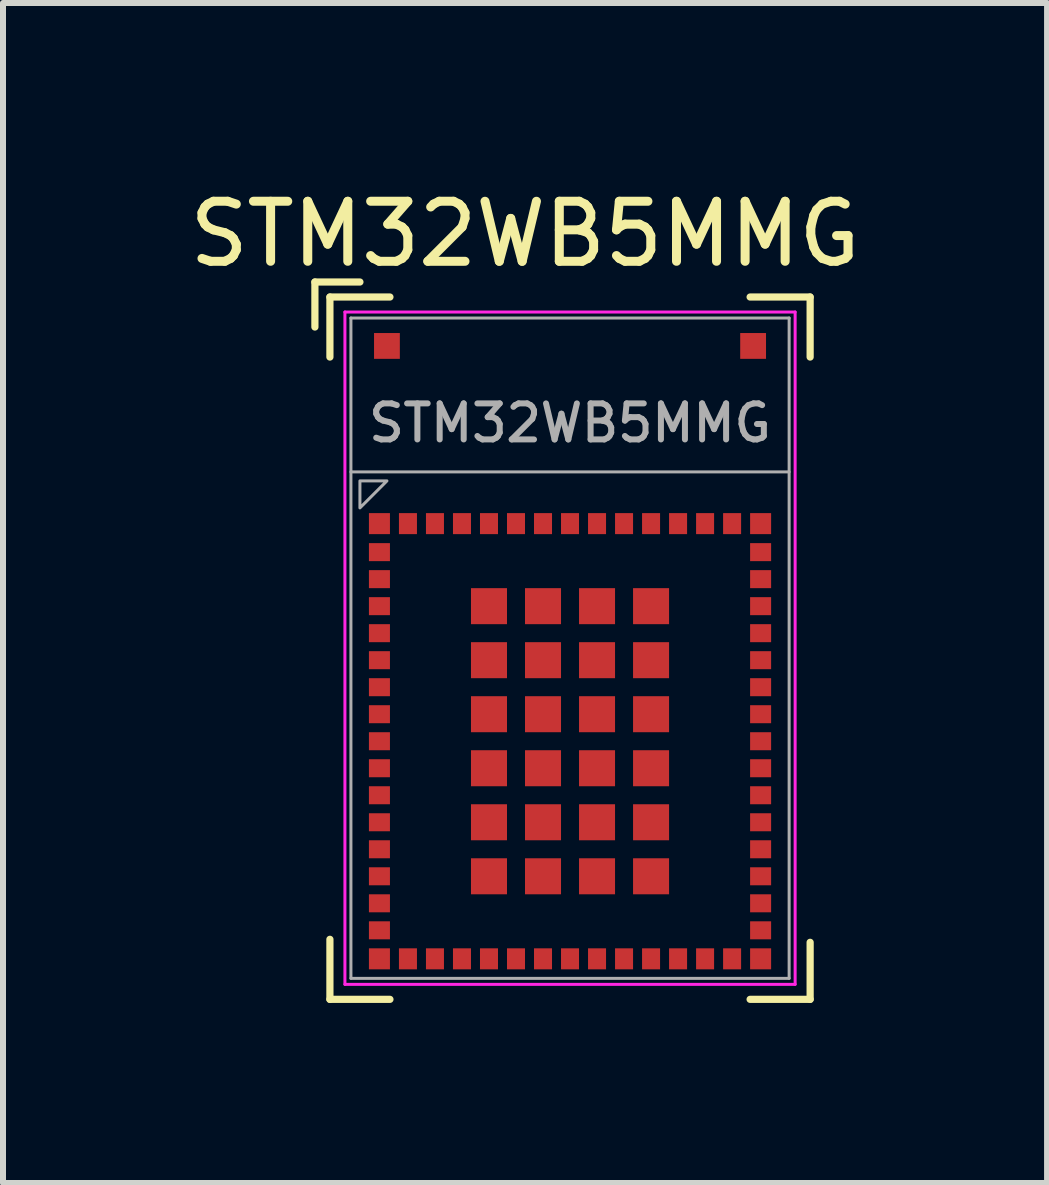
<source format=kicad_pcb>
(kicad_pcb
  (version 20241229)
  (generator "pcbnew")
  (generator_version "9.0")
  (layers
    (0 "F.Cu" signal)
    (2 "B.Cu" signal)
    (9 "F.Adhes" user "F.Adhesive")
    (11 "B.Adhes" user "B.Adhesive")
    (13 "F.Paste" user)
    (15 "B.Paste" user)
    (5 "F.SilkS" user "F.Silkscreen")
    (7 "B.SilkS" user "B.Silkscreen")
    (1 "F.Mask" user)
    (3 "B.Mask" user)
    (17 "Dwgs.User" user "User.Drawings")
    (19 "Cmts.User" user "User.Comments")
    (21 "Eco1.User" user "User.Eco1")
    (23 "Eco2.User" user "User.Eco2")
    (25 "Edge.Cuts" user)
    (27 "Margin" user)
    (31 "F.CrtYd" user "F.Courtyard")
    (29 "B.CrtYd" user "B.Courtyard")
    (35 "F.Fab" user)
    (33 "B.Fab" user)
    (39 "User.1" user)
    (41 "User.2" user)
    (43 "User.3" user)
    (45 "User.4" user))
  (footprint "STM32WB5MMG"
    (layer "F.Cu")
    (at 6.446 7.748)
    (property "Reference" "STM32WB5MMG" (at -0.75 -6.9 0) (layer "F.SilkS") (effects (font (size 1 1) (thickness 0.15))))
    (attr smd)
    (fp_line (start -4.25 -6.1) (end -4.25 -5.35) (stroke (width 0.12) (type solid)) (layer "F.SilkS"))
    (fp_line (start -4.25 -6.1) (end -3.5 -6.1) (stroke (width 0.12) (type solid)) (layer "F.SilkS"))
    (fp_line (start -4 -5.85) (end -4 -4.85) (stroke (width 0.12) (type solid)) (layer "F.SilkS"))
    (fp_line (start -4 -5.85) (end -3 -5.85) (stroke (width 0.12) (type solid)) (layer "F.SilkS"))
    (fp_line (start -4 5.85) (end -4 4.85) (stroke (width 0.12) (type solid)) (layer "F.SilkS"))
    (fp_line (start -4 5.85) (end -3 5.85) (stroke (width 0.12) (type solid)) (layer "F.SilkS"))
    (fp_line (start 4 -5.85) (end 3 -5.85) (stroke (width 0.12) (type solid)) (layer "F.SilkS"))
    (fp_line (start 4 -5.85) (end 4 -4.85) (stroke (width 0.12) (type solid)) (layer "F.SilkS"))
    (fp_line (start 4 5.85) (end 3 5.85) (stroke (width 0.12) (type solid)) (layer "F.SilkS"))
    (fp_line (start 4 5.85) (end 4 4.9) (stroke (width 0.12) (type solid)) (layer "F.SilkS"))
    (fp_line (start -3.75 -5.6) (end 3.75 -5.6) (stroke (width 0.05) (type solid)) (layer "F.CrtYd"))
    (fp_line (start -3.75 5.6) (end -3.75 -5.6) (stroke (width 0.05) (type solid)) (layer "F.CrtYd"))
    (fp_line (start 3.75 -5.6) (end 3.75 5.6) (stroke (width 0.05) (type solid)) (layer "F.CrtYd"))
    (fp_line (start 3.75 5.6) (end -3.75 5.6) (stroke (width 0.05) (type solid)) (layer "F.CrtYd"))
    (fp_line (start -3.65 -5.5) (end -3.65 5.5) (stroke (width 0.05) (type solid)) (layer "F.Fab"))
    (fp_line (start -3.65 -5.5) (end 3.65 -5.5) (stroke (width 0.05) (type solid)) (layer "F.Fab"))
    (fp_line (start -3.65 -2.937) (end 3.65 -2.937) (stroke (width 0.05) (type solid)) (layer "F.Fab"))
    (fp_line (start 3.65 -5.5) (end 3.65 5.5) (stroke (width 0.05) (type solid)) (layer "F.Fab"))
    (fp_line (start 3.65 5.5) (end -3.65 5.5) (stroke (width 0.05) (type solid)) (layer "F.Fab"))
    (fp_poly (pts (xy -3.5 -2.337) (xy -3.5 -2.787) (xy -3.05 -2.787)) (stroke (width 0.05) (type solid)) (fill no) (layer "F.Fab"))
    (fp_text user "${REFERENCE}" (at 0 -3.75 0) (layer "F.Fab") (effects (font (size 0.6 0.6) (thickness 0.1) (bold yes))))
    (pad "1" smd rect (at -3.175 -2.075) (size 0.35 0.35) (layers "F.Cu" "F.Mask" "F.Paste"))
    (pad "2" smd rect (at -3.175 -1.6) (size 0.35 0.3) (layers "F.Cu" "F.Mask" "F.Paste"))
    (pad "3" smd rect (at -3.175 -1.15) (size 0.35 0.3) (layers "F.Cu" "F.Mask" "F.Paste"))
    (pad "4" smd rect (at -3.175 -0.7) (size 0.35 0.3) (layers "F.Cu" "F.Mask" "F.Paste"))
    (pad "5" smd rect (at -3.175 -0.25) (size 0.35 0.3) (layers "F.Cu" "F.Mask" "F.Paste"))
    (pad "6" smd rect (at -3.175 0.2) (size 0.35 0.3) (layers "F.Cu" "F.Mask" "F.Paste"))
    (pad "7" smd rect (at -3.175 0.65) (size 0.35 0.3) (layers "F.Cu" "F.Mask" "F.Paste"))
    (pad "8" smd rect (at -3.175 1.1) (size 0.35 0.3) (layers "F.Cu" "F.Mask" "F.Paste"))
    (pad "9" smd rect (at -3.175 1.55) (size 0.35 0.3) (layers "F.Cu" "F.Mask" "F.Paste"))
    (pad "10" smd rect (at -3.175 2) (size 0.35 0.3) (layers "F.Cu" "F.Mask" "F.Paste"))
    (pad "11" smd rect (at -3.175 2.45) (size 0.35 0.3) (layers "F.Cu" "F.Mask" "F.Paste"))
    (pad "12" smd rect (at -3.175 2.9) (size 0.35 0.3) (layers "F.Cu" "F.Mask" "F.Paste"))
    (pad "13" smd rect (at -3.175 3.35) (size 0.35 0.3) (layers "F.Cu" "F.Mask" "F.Paste"))
    (pad "14" smd rect (at -3.175 3.8) (size 0.35 0.3) (layers "F.Cu" "F.Mask" "F.Paste"))
    (pad "15" smd rect (at -3.175 4.25) (size 0.35 0.3) (layers "F.Cu" "F.Mask" "F.Paste"))
    (pad "16" smd rect (at -3.175 4.7) (size 0.35 0.3) (layers "F.Cu" "F.Mask" "F.Paste"))
    (pad "17" smd rect (at -3.175 5.175) (size 0.35 0.35) (layers "F.Cu" "F.Mask" "F.Paste"))
    (pad "18" smd rect (at -2.7 5.175 90) (size 0.35 0.3) (layers "F.Cu" "F.Mask" "F.Paste"))
    (pad "19" smd rect (at -2.25 5.175 90) (size 0.35 0.3) (layers "F.Cu" "F.Mask" "F.Paste"))
    (pad "20" smd rect (at -1.8 5.175 90) (size 0.35 0.3) (layers "F.Cu" "F.Mask" "F.Paste"))
    (pad "21" smd rect (at -1.35 5.175 90) (size 0.35 0.3) (layers "F.Cu" "F.Mask" "F.Paste"))
    (pad "22" smd rect (at -0.9 5.175 90) (size 0.35 0.3) (layers "F.Cu" "F.Mask" "F.Paste"))
    (pad "23" smd rect (at -0.45 5.175 90) (size 0.35 0.3) (layers "F.Cu" "F.Mask" "F.Paste"))
    (pad "24" smd rect (at 0 5.175 90) (size 0.35 0.3) (layers "F.Cu" "F.Mask" "F.Paste"))
    (pad "25" smd rect (at 0.45 5.175 90) (size 0.35 0.3) (layers "F.Cu" "F.Mask" "F.Paste"))
    (pad "26" smd rect (at 0.9 5.175 90) (size 0.35 0.3) (layers "F.Cu" "F.Mask" "F.Paste"))
    (pad "27" smd rect (at 1.35 5.175 90) (size 0.35 0.3) (layers "F.Cu" "F.Mask" "F.Paste"))
    (pad "28" smd rect (at 1.8 5.175 90) (size 0.35 0.3) (layers "F.Cu" "F.Mask" "F.Paste"))
    (pad "29" smd rect (at 2.25 5.175 90) (size 0.35 0.3) (layers "F.Cu" "F.Mask" "F.Paste"))
    (pad "30" smd rect (at 2.7 5.175 90) (size 0.35 0.3) (layers "F.Cu" "F.Mask" "F.Paste"))
    (pad "31" smd rect (at 3.175 5.175 90) (size 0.35 0.35) (layers "F.Cu" "F.Mask" "F.Paste"))
    (pad "32" smd rect (at 3.175 4.7 180) (size 0.35 0.3) (layers "F.Cu" "F.Mask" "F.Paste"))
    (pad "33" smd rect (at 3.175 4.25 180) (size 0.35 0.3) (layers "F.Cu" "F.Mask" "F.Paste"))
    (pad "34" smd rect (at 3.175 3.8 180) (size 0.35 0.3) (layers "F.Cu" "F.Mask" "F.Paste"))
    (pad "35" smd rect (at 3.175 3.35 180) (size 0.35 0.3) (layers "F.Cu" "F.Mask" "F.Paste"))
    (pad "36" smd rect (at 3.175 2.9 180) (size 0.35 0.3) (layers "F.Cu" "F.Mask" "F.Paste"))
    (pad "37" smd rect (at 3.175 2.45 180) (size 0.35 0.3) (layers "F.Cu" "F.Mask" "F.Paste"))
    (pad "38" smd rect (at 3.175 2 180) (size 0.35 0.3) (layers "F.Cu" "F.Mask" "F.Paste"))
    (pad "39" smd rect (at 3.175 1.55 180) (size 0.35 0.3) (layers "F.Cu" "F.Mask" "F.Paste"))
    (pad "40" smd rect (at 3.175 1.1 180) (size 0.35 0.3) (layers "F.Cu" "F.Mask" "F.Paste"))
    (pad "41" smd rect (at 3.175 0.65 180) (size 0.35 0.3) (layers "F.Cu" "F.Mask" "F.Paste"))
    (pad "42" smd rect (at 3.175 0.2 180) (size 0.35 0.3) (layers "F.Cu" "F.Mask" "F.Paste"))
    (pad "43" smd rect (at 3.175 -0.25 180) (size 0.35 0.3) (layers "F.Cu" "F.Mask" "F.Paste"))
    (pad "44" smd rect (at 3.175 -0.7 180) (size 0.35 0.3) (layers "F.Cu" "F.Mask" "F.Paste"))
    (pad "45" smd rect (at 3.175 -1.15 180) (size 0.35 0.3) (layers "F.Cu" "F.Mask" "F.Paste"))
    (pad "46" smd rect (at 3.175 -1.6 180) (size 0.35 0.3) (layers "F.Cu" "F.Mask" "F.Paste"))
    (pad "47" smd rect (at 3.175 -2.075 180) (size 0.35 0.35) (layers "F.Cu" "F.Mask" "F.Paste"))
    (pad "48" smd rect (at 2.7 -2.075 270) (size 0.35 0.3) (layers "F.Cu" "F.Mask" "F.Paste"))
    (pad "49" smd rect (at 2.25 -2.075 270) (size 0.35 0.3) (layers "F.Cu" "F.Mask" "F.Paste"))
    (pad "50" smd rect (at 1.8 -2.075 270) (size 0.35 0.3) (layers "F.Cu" "F.Mask" "F.Paste"))
    (pad "51" smd rect (at 1.35 -2.075 270) (size 0.35 0.3) (layers "F.Cu" "F.Mask" "F.Paste"))
    (pad "52" smd rect (at 0.9 -2.075 270) (size 0.35 0.3) (layers "F.Cu" "F.Mask" "F.Paste"))
    (pad "53" smd rect (at 0.45 -2.075 270) (size 0.35 0.3) (layers "F.Cu" "F.Mask" "F.Paste"))
    (pad "54" smd rect (at 0 -2.075 270) (size 0.35 0.3) (layers "F.Cu" "F.Mask" "F.Paste"))
    (pad "55" smd rect (at -0.45 -2.075 270) (size 0.35 0.3) (layers "F.Cu" "F.Mask" "F.Paste"))
    (pad "56" smd rect (at -0.9 -2.075 270) (size 0.35 0.3) (layers "F.Cu" "F.Mask" "F.Paste"))
    (pad "57" smd rect (at -1.35 -2.075 270) (size 0.35 0.3) (layers "F.Cu" "F.Mask" "F.Paste"))
    (pad "58" smd rect (at -1.8 -2.075 270) (size 0.35 0.3) (layers "F.Cu" "F.Mask" "F.Paste"))
    (pad "59" smd rect (at -2.25 -2.075 270) (size 0.35 0.3) (layers "F.Cu" "F.Mask" "F.Paste"))
    (pad "60" smd rect (at -2.7 -2.075 270) (size 0.35 0.3) (layers "F.Cu" "F.Mask" "F.Paste"))
    (pad "61" smd rect (at -1.35 -0.7) (size 0.6 0.6) (layers "F.Cu" "F.Mask" "F.Paste"))
    (pad "62" smd rect (at -1.35 0.2) (size 0.6 0.6) (layers "F.Cu" "F.Mask" "F.Paste"))
    (pad "63" smd rect (at -1.35 1.1) (size 0.6 0.6) (layers "F.Cu" "F.Mask" "F.Paste"))
    (pad "64" smd rect (at -1.35 2) (size 0.6 0.6) (layers "F.Cu" "F.Mask" "F.Paste"))
    (pad "65" smd rect (at -1.35 2.9) (size 0.6 0.6) (layers "F.Cu" "F.Mask" "F.Paste"))
    (pad "66" smd rect (at -1.35 3.8) (size 0.6 0.6) (layers "F.Cu" "F.Mask" "F.Paste"))
    (pad "67" smd rect (at -0.45 3.8) (size 0.6 0.6) (layers "F.Cu" "F.Mask" "F.Paste"))
    (pad "68" smd rect (at 0.45 3.8) (size 0.6 0.6) (layers "F.Cu" "F.Mask" "F.Paste"))
    (pad "69" smd rect (at 1.35 3.8) (size 0.6 0.6) (layers "F.Cu" "F.Mask" "F.Paste"))
    (pad "70" smd rect (at 1.35 2.9) (size 0.6 0.6) (layers "F.Cu" "F.Mask" "F.Paste"))
    (pad "71" smd rect (at 1.35 2) (size 0.6 0.6) (layers "F.Cu" "F.Mask" "F.Paste"))
    (pad "72" smd rect (at 1.35 1.1) (size 0.6 0.6) (layers "F.Cu" "F.Mask" "F.Paste"))
    (pad "73" smd rect (at 1.35 0.2) (size 0.6 0.6) (layers "F.Cu" "F.Mask" "F.Paste"))
    (pad "74" smd rect (at 1.35 -0.7) (size 0.6 0.6) (layers "F.Cu" "F.Mask" "F.Paste"))
    (pad "75" smd rect (at 0.45 -0.7) (size 0.6 0.6) (layers "F.Cu" "F.Mask" "F.Paste"))
    (pad "76" smd rect (at -0.45 -0.7) (size 0.6 0.6) (layers "F.Cu" "F.Mask" "F.Paste"))
    (pad "77" smd rect (at -0.45 0.2) (size 0.6 0.6) (layers "F.Cu" "F.Mask" "F.Paste"))
    (pad "78" smd rect (at -0.45 1.1) (size 0.6 0.6) (layers "F.Cu" "F.Mask" "F.Paste"))
    (pad "79" smd rect (at -0.45 2) (size 0.6 0.6) (layers "F.Cu" "F.Mask" "F.Paste"))
    (pad "80" smd rect (at -0.45 2.9) (size 0.6 0.6) (layers "F.Cu" "F.Mask" "F.Paste"))
    (pad "81" smd rect (at 0.45 2.9) (size 0.6 0.6) (layers "F.Cu" "F.Mask" "F.Paste"))
    (pad "82" smd rect (at 0.45 2) (size 0.6 0.6) (layers "F.Cu" "F.Mask" "F.Paste"))
    (pad "83" smd rect (at 0.45 1.1) (size 0.6 0.6) (layers "F.Cu" "F.Mask" "F.Paste"))
    (pad "84" smd rect (at 0.45 0.2) (size 0.6 0.6) (layers "F.Cu" "F.Mask" "F.Paste"))
    (pad "85" smd rect (at -3.05 -5.035) (size 0.43 0.43) (layers "F.Cu" "F.Mask" "F.Paste"))
    (pad "86" smd rect (at 3.05 -5.035) (size 0.43 0.43) (layers "F.Cu" "F.Mask" "F.Paste")))
  (gr_rect
    (start -3 -3)
    (end 14.393 16.658)
    (stroke (width 0.1) (type default))
    (fill no)
    (layer "Edge.Cuts")))
</source>
